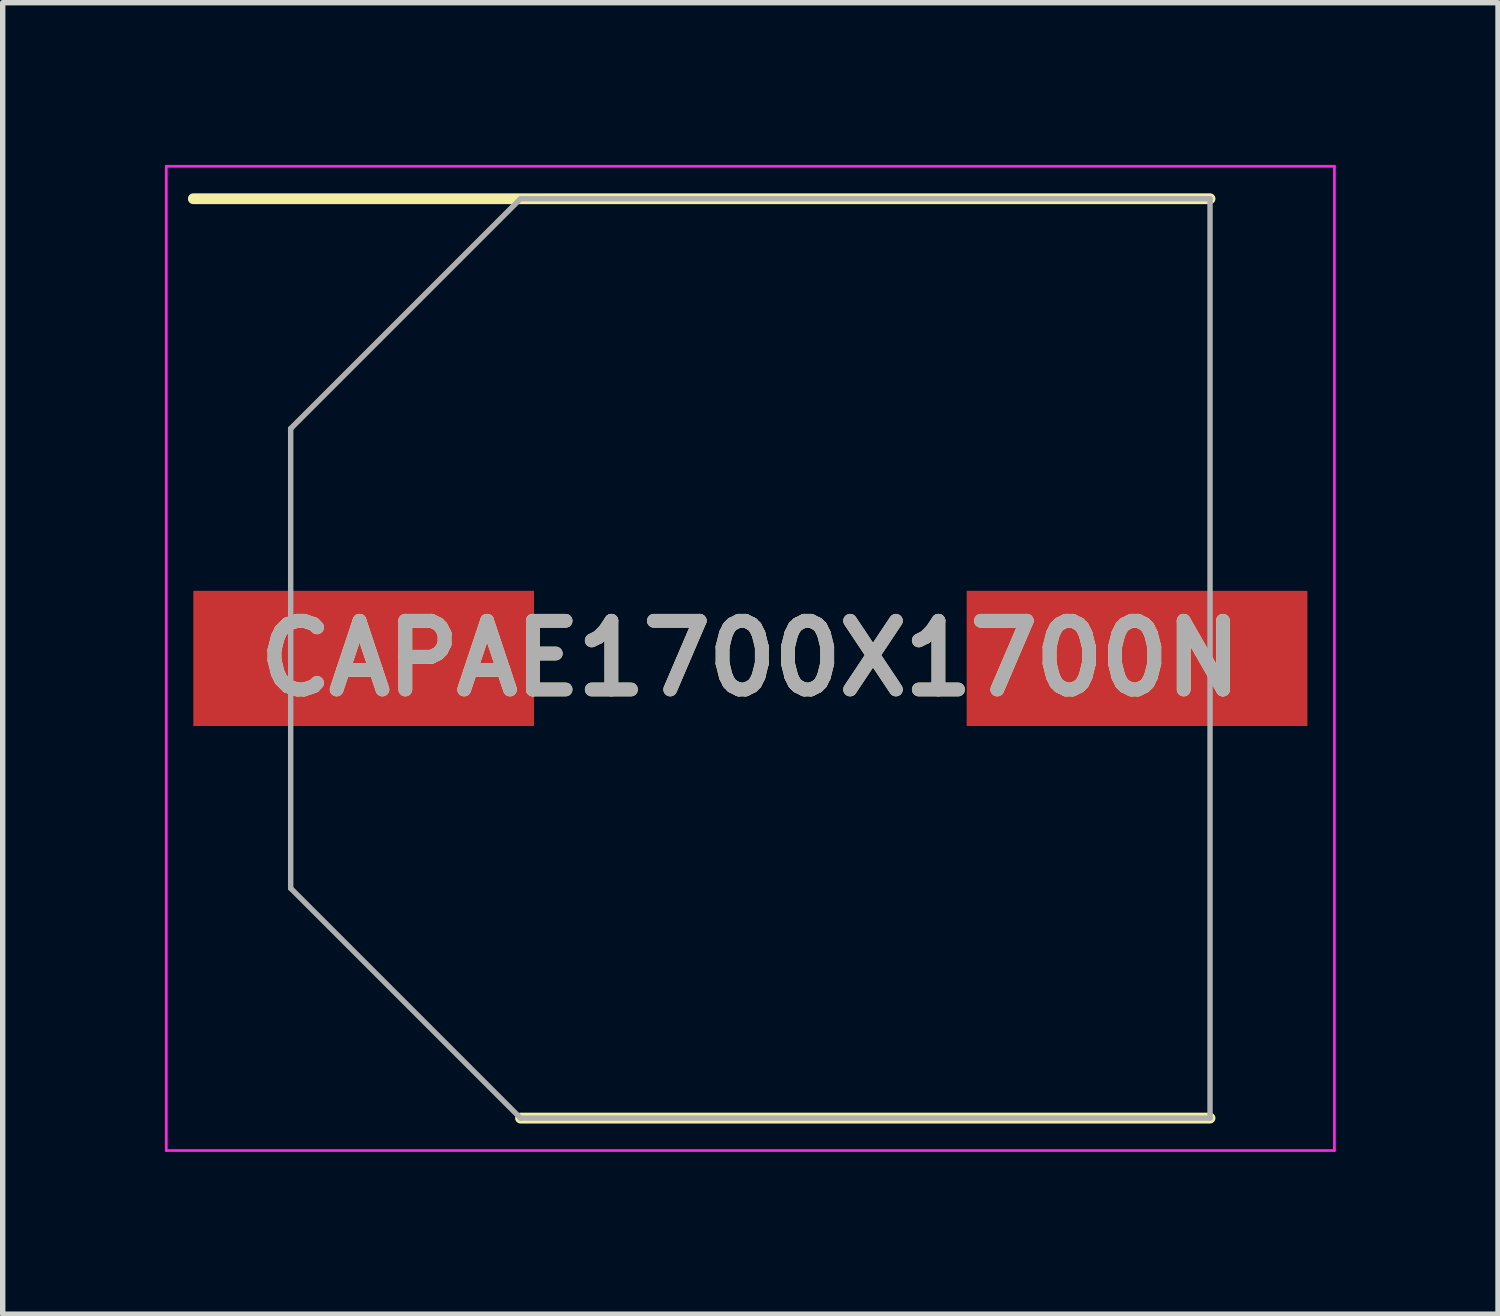
<source format=kicad_pcb>
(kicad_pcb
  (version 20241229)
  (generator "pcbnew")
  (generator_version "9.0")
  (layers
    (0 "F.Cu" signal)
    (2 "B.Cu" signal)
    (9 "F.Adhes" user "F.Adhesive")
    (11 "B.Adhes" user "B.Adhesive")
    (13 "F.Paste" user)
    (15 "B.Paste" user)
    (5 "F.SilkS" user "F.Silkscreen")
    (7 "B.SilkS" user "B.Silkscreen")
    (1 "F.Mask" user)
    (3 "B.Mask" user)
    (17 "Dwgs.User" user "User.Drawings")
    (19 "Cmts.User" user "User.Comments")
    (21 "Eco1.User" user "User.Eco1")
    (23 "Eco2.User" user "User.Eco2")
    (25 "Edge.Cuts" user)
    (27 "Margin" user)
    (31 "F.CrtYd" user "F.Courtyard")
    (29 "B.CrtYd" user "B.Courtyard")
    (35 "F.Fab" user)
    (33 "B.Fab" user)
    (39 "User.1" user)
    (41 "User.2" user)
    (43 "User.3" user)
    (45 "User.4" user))
  (footprint "CAPAE1700X1700N"
    (layer "F.Cu")
    (at 10.825 9.125)
    (property "Reference" "CAPAE1700X1700N" (at 0 0 0) (layer "F.SilkS") (effects (font (size 1.27 1.27) (thickness 0.254))))
    (attr smd)
    (fp_line (start -10.3 -8.5) (end 8.5 -8.5) (stroke (width 0.2) (type solid)) (layer "F.SilkS"))
    (fp_line (start -4.25 8.5) (end 8.5 8.5) (stroke (width 0.2) (type solid)) (layer "F.SilkS"))
    (fp_line (start -10.8 -9.1) (end 10.8 -9.1) (stroke (width 0.05) (type solid)) (layer "F.CrtYd"))
    (fp_line (start -10.8 9.1) (end -10.8 -9.1) (stroke (width 0.05) (type solid)) (layer "F.CrtYd"))
    (fp_line (start 10.8 -9.1) (end 10.8 9.1) (stroke (width 0.05) (type solid)) (layer "F.CrtYd"))
    (fp_line (start 10.8 9.1) (end -10.8 9.1) (stroke (width 0.05) (type solid)) (layer "F.CrtYd"))
    (fp_line (start -8.5 -4.25) (end -8.5 4.25) (stroke (width 0.1) (type solid)) (layer "F.Fab"))
    (fp_line (start -8.5 4.25) (end -4.25 8.5) (stroke (width 0.1) (type solid)) (layer "F.Fab"))
    (fp_line (start -4.25 -8.5) (end -8.5 -4.25) (stroke (width 0.1) (type solid)) (layer "F.Fab"))
    (fp_line (start -4.25 8.5) (end 8.5 8.5) (stroke (width 0.1) (type solid)) (layer "F.Fab"))
    (fp_line (start 8.5 -8.5) (end -4.25 -8.5) (stroke (width 0.1) (type solid)) (layer "F.Fab"))
    (fp_line (start 8.5 8.5) (end 8.5 -8.5) (stroke (width 0.1) (type solid)) (layer "F.Fab"))
    (fp_text user "${REFERENCE}" (at 0 0 0) (layer "F.Fab") (effects (font (size 1.27 1.27) (thickness 0.254))))
    (pad "1" smd rect (at -7.15 0 90) (size 2.5 6.3) (layers "F.Cu" "F.Mask" "F.Paste"))
    (pad "2" smd rect (at 7.15 0 90) (size 2.5 6.3) (layers "F.Cu" "F.Mask" "F.Paste")))
  (gr_rect
    (start -3 -3)
    (end 24.65 21.25)
    (stroke (width 0.1) (type default))
    (fill no)
    (layer "Edge.Cuts")))
</source>
